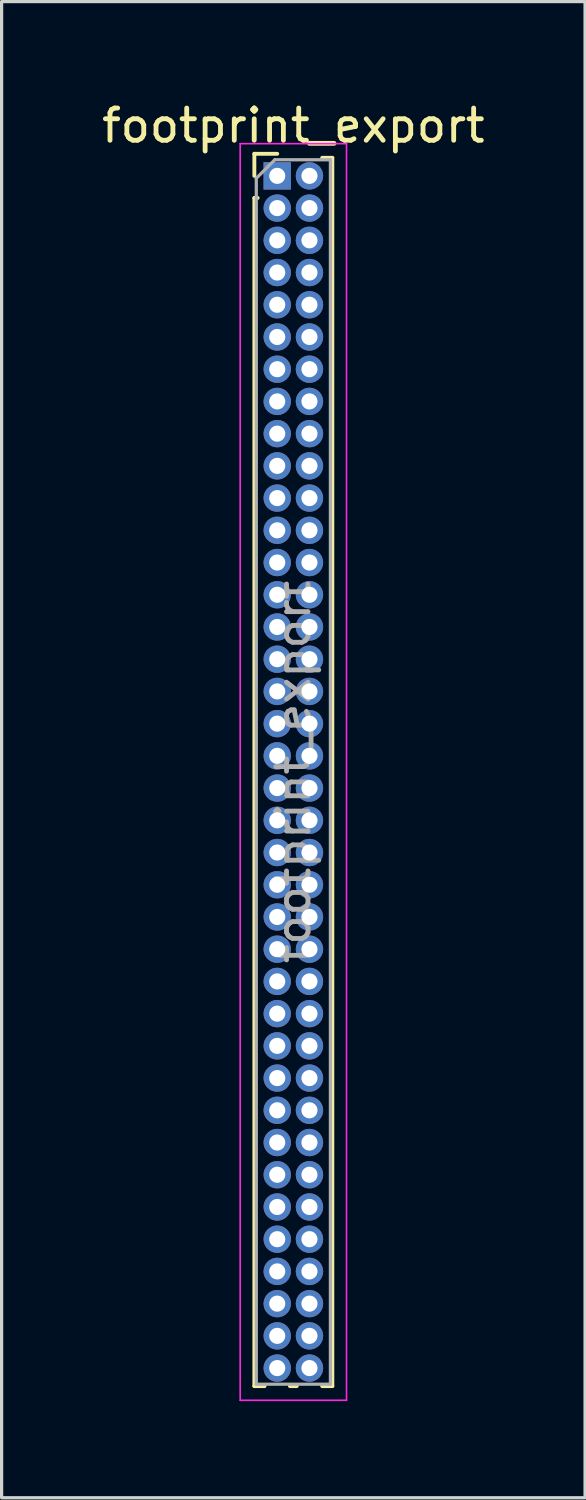
<source format=kicad_pcb>
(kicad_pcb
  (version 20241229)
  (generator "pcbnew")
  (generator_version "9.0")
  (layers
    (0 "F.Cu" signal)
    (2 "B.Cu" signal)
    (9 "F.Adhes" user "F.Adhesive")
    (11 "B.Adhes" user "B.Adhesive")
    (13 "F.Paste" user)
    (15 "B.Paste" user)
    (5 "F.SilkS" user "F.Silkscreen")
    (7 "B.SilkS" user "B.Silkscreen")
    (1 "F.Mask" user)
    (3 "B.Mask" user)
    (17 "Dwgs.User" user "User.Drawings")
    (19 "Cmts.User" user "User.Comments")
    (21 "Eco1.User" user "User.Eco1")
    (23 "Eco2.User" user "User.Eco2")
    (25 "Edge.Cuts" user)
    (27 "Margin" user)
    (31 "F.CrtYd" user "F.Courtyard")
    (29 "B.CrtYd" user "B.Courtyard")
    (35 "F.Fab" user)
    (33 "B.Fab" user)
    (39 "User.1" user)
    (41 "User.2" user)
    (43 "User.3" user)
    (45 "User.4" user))
  (footprint "footprint_export"
    (layer "F.Cu")
    (at 5.554 2.408)
    (property "Reference" "footprint_export" (at 0.5 -1.56 0) (layer "F.SilkS") (effects (font (size 1 1) (thickness 0.15))))
    (attr through_hole)
    (fp_line (start -0.71 -0.685) (end 0 -0.685) (stroke (width 0.12) (type solid)) (layer "F.SilkS"))
    (fp_line (start -0.71 0) (end -0.71 -0.685) (stroke (width 0.12) (type solid)) (layer "F.SilkS"))
    (fp_line (start -0.71 0.685) (end -0.71 37.56) (stroke (width 0.12) (type solid)) (layer "F.SilkS"))
    (fp_line (start -0.71 0.685) (end -0.608 0.685) (stroke (width 0.12) (type solid)) (layer "F.SilkS"))
    (fp_line (start -0.71 37.56) (end -0.394 37.56) (stroke (width 0.12) (type solid)) (layer "F.SilkS"))
    (fp_line (start 0.394 37.56) (end 0.606 37.56) (stroke (width 0.12) (type solid)) (layer "F.SilkS"))
    (fp_line (start 1.394 -0.56) (end 1.71 -0.56) (stroke (width 0.12) (type solid)) (layer "F.SilkS"))
    (fp_line (start 1.394 37.56) (end 1.71 37.56) (stroke (width 0.12) (type solid)) (layer "F.SilkS"))
    (fp_line (start 1.71 -0.56) (end 1.71 37.56) (stroke (width 0.12) (type solid)) (layer "F.SilkS"))
    (fp_line (start -1.15 -1) (end -1.15 38) (stroke (width 0.05) (type solid)) (layer "F.CrtYd"))
    (fp_line (start -1.15 38) (end 2.15 38) (stroke (width 0.05) (type solid)) (layer "F.CrtYd"))
    (fp_line (start 2.15 -1) (end -1.15 -1) (stroke (width 0.05) (type solid)) (layer "F.CrtYd"))
    (fp_line (start 2.15 38) (end 2.15 -1) (stroke (width 0.05) (type solid)) (layer "F.CrtYd"))
    (fp_line (start -0.65 0.075) (end -0.075 -0.5) (stroke (width 0.1) (type solid)) (layer "F.Fab"))
    (fp_line (start -0.65 37.5) (end -0.65 0.075) (stroke (width 0.1) (type solid)) (layer "F.Fab"))
    (fp_line (start -0.075 -0.5) (end 1.65 -0.5) (stroke (width 0.1) (type solid)) (layer "F.Fab"))
    (fp_line (start 1.65 -0.5) (end 1.65 37.5) (stroke (width 0.1) (type solid)) (layer "F.Fab"))
    (fp_line (start 1.65 37.5) (end -0.65 37.5) (stroke (width 0.1) (type solid)) (layer "F.Fab"))
    (fp_text user "${REFERENCE}" (at 0.5 18.5 90) (layer "F.Fab") (effects (font (size 1 1) (thickness 0.15))))
    (pad "1" thru_hole rect (at 0 0) (size 0.85 0.85) (drill 0.5) (layers "*.Cu" "*.Mask"))
    (pad "2" thru_hole oval (at 1 0) (size 0.85 0.85) (drill 0.5) (layers "*.Cu" "*.Mask"))
    (pad "3" thru_hole oval (at 0 1) (size 0.85 0.85) (drill 0.5) (layers "*.Cu" "*.Mask"))
    (pad "4" thru_hole oval (at 1 1) (size 0.85 0.85) (drill 0.5) (layers "*.Cu" "*.Mask"))
    (pad "5" thru_hole oval (at 0 2) (size 0.85 0.85) (drill 0.5) (layers "*.Cu" "*.Mask"))
    (pad "6" thru_hole oval (at 1 2) (size 0.85 0.85) (drill 0.5) (layers "*.Cu" "*.Mask"))
    (pad "7" thru_hole oval (at 0 3) (size 0.85 0.85) (drill 0.5) (layers "*.Cu" "*.Mask"))
    (pad "8" thru_hole oval (at 1 3) (size 0.85 0.85) (drill 0.5) (layers "*.Cu" "*.Mask"))
    (pad "9" thru_hole oval (at 0 4) (size 0.85 0.85) (drill 0.5) (layers "*.Cu" "*.Mask"))
    (pad "10" thru_hole oval (at 1 4) (size 0.85 0.85) (drill 0.5) (layers "*.Cu" "*.Mask"))
    (pad "11" thru_hole oval (at 0 5) (size 0.85 0.85) (drill 0.5) (layers "*.Cu" "*.Mask"))
    (pad "12" thru_hole oval (at 1 5) (size 0.85 0.85) (drill 0.5) (layers "*.Cu" "*.Mask"))
    (pad "13" thru_hole oval (at 0 6) (size 0.85 0.85) (drill 0.5) (layers "*.Cu" "*.Mask"))
    (pad "14" thru_hole oval (at 1 6) (size 0.85 0.85) (drill 0.5) (layers "*.Cu" "*.Mask"))
    (pad "15" thru_hole oval (at 0 7) (size 0.85 0.85) (drill 0.5) (layers "*.Cu" "*.Mask"))
    (pad "16" thru_hole oval (at 1 7) (size 0.85 0.85) (drill 0.5) (layers "*.Cu" "*.Mask"))
    (pad "17" thru_hole oval (at 0 8) (size 0.85 0.85) (drill 0.5) (layers "*.Cu" "*.Mask"))
    (pad "18" thru_hole oval (at 1 8) (size 0.85 0.85) (drill 0.5) (layers "*.Cu" "*.Mask"))
    (pad "19" thru_hole oval (at 0 9) (size 0.85 0.85) (drill 0.5) (layers "*.Cu" "*.Mask"))
    (pad "20" thru_hole oval (at 1 9) (size 0.85 0.85) (drill 0.5) (layers "*.Cu" "*.Mask"))
    (pad "21" thru_hole oval (at 0 10) (size 0.85 0.85) (drill 0.5) (layers "*.Cu" "*.Mask"))
    (pad "22" thru_hole oval (at 1 10) (size 0.85 0.85) (drill 0.5) (layers "*.Cu" "*.Mask"))
    (pad "23" thru_hole oval (at 0 11) (size 0.85 0.85) (drill 0.5) (layers "*.Cu" "*.Mask"))
    (pad "24" thru_hole oval (at 1 11) (size 0.85 0.85) (drill 0.5) (layers "*.Cu" "*.Mask"))
    (pad "25" thru_hole oval (at 0 12) (size 0.85 0.85) (drill 0.5) (layers "*.Cu" "*.Mask"))
    (pad "26" thru_hole oval (at 1 12) (size 0.85 0.85) (drill 0.5) (layers "*.Cu" "*.Mask"))
    (pad "27" thru_hole oval (at 0 13) (size 0.85 0.85) (drill 0.5) (layers "*.Cu" "*.Mask"))
    (pad "28" thru_hole oval (at 1 13) (size 0.85 0.85) (drill 0.5) (layers "*.Cu" "*.Mask"))
    (pad "29" thru_hole oval (at 0 14) (size 0.85 0.85) (drill 0.5) (layers "*.Cu" "*.Mask"))
    (pad "30" thru_hole oval (at 1 14) (size 0.85 0.85) (drill 0.5) (layers "*.Cu" "*.Mask"))
    (pad "31" thru_hole oval (at 0 15) (size 0.85 0.85) (drill 0.5) (layers "*.Cu" "*.Mask"))
    (pad "32" thru_hole oval (at 1 15) (size 0.85 0.85) (drill 0.5) (layers "*.Cu" "*.Mask"))
    (pad "33" thru_hole oval (at 0 16) (size 0.85 0.85) (drill 0.5) (layers "*.Cu" "*.Mask"))
    (pad "34" thru_hole oval (at 1 16) (size 0.85 0.85) (drill 0.5) (layers "*.Cu" "*.Mask"))
    (pad "35" thru_hole oval (at 0 17) (size 0.85 0.85) (drill 0.5) (layers "*.Cu" "*.Mask"))
    (pad "36" thru_hole oval (at 1 17) (size 0.85 0.85) (drill 0.5) (layers "*.Cu" "*.Mask"))
    (pad "37" thru_hole oval (at 0 18) (size 0.85 0.85) (drill 0.5) (layers "*.Cu" "*.Mask"))
    (pad "38" thru_hole oval (at 1 18) (size 0.85 0.85) (drill 0.5) (layers "*.Cu" "*.Mask"))
    (pad "39" thru_hole oval (at 0 19) (size 0.85 0.85) (drill 0.5) (layers "*.Cu" "*.Mask"))
    (pad "40" thru_hole oval (at 1 19) (size 0.85 0.85) (drill 0.5) (layers "*.Cu" "*.Mask"))
    (pad "41" thru_hole oval (at 0 20) (size 0.85 0.85) (drill 0.5) (layers "*.Cu" "*.Mask"))
    (pad "42" thru_hole oval (at 1 20) (size 0.85 0.85) (drill 0.5) (layers "*.Cu" "*.Mask"))
    (pad "43" thru_hole oval (at 0 21) (size 0.85 0.85) (drill 0.5) (layers "*.Cu" "*.Mask"))
    (pad "44" thru_hole oval (at 1 21) (size 0.85 0.85) (drill 0.5) (layers "*.Cu" "*.Mask"))
    (pad "45" thru_hole oval (at 0 22) (size 0.85 0.85) (drill 0.5) (layers "*.Cu" "*.Mask"))
    (pad "46" thru_hole oval (at 1 22) (size 0.85 0.85) (drill 0.5) (layers "*.Cu" "*.Mask"))
    (pad "47" thru_hole oval (at 0 23) (size 0.85 0.85) (drill 0.5) (layers "*.Cu" "*.Mask"))
    (pad "48" thru_hole oval (at 1 23) (size 0.85 0.85) (drill 0.5) (layers "*.Cu" "*.Mask"))
    (pad "49" thru_hole oval (at 0 24) (size 0.85 0.85) (drill 0.5) (layers "*.Cu" "*.Mask"))
    (pad "50" thru_hole oval (at 1 24) (size 0.85 0.85) (drill 0.5) (layers "*.Cu" "*.Mask"))
    (pad "51" thru_hole oval (at 0 25) (size 0.85 0.85) (drill 0.5) (layers "*.Cu" "*.Mask"))
    (pad "52" thru_hole oval (at 1 25) (size 0.85 0.85) (drill 0.5) (layers "*.Cu" "*.Mask"))
    (pad "53" thru_hole oval (at 0 26) (size 0.85 0.85) (drill 0.5) (layers "*.Cu" "*.Mask"))
    (pad "54" thru_hole oval (at 1 26) (size 0.85 0.85) (drill 0.5) (layers "*.Cu" "*.Mask"))
    (pad "55" thru_hole oval (at 0 27) (size 0.85 0.85) (drill 0.5) (layers "*.Cu" "*.Mask"))
    (pad "56" thru_hole oval (at 1 27) (size 0.85 0.85) (drill 0.5) (layers "*.Cu" "*.Mask"))
    (pad "57" thru_hole oval (at 0 28) (size 0.85 0.85) (drill 0.5) (layers "*.Cu" "*.Mask"))
    (pad "58" thru_hole oval (at 1 28) (size 0.85 0.85) (drill 0.5) (layers "*.Cu" "*.Mask"))
    (pad "59" thru_hole oval (at 0 29) (size 0.85 0.85) (drill 0.5) (layers "*.Cu" "*.Mask"))
    (pad "60" thru_hole oval (at 1 29) (size 0.85 0.85) (drill 0.5) (layers "*.Cu" "*.Mask"))
    (pad "61" thru_hole oval (at 0 30) (size 0.85 0.85) (drill 0.5) (layers "*.Cu" "*.Mask"))
    (pad "62" thru_hole oval (at 1 30) (size 0.85 0.85) (drill 0.5) (layers "*.Cu" "*.Mask"))
    (pad "63" thru_hole oval (at 0 31) (size 0.85 0.85) (drill 0.5) (layers "*.Cu" "*.Mask"))
    (pad "64" thru_hole oval (at 1 31) (size 0.85 0.85) (drill 0.5) (layers "*.Cu" "*.Mask"))
    (pad "65" thru_hole oval (at 0 32) (size 0.85 0.85) (drill 0.5) (layers "*.Cu" "*.Mask"))
    (pad "66" thru_hole oval (at 1 32) (size 0.85 0.85) (drill 0.5) (layers "*.Cu" "*.Mask"))
    (pad "67" thru_hole oval (at 0 33) (size 0.85 0.85) (drill 0.5) (layers "*.Cu" "*.Mask"))
    (pad "68" thru_hole oval (at 1 33) (size 0.85 0.85) (drill 0.5) (layers "*.Cu" "*.Mask"))
    (pad "69" thru_hole oval (at 0 34) (size 0.85 0.85) (drill 0.5) (layers "*.Cu" "*.Mask"))
    (pad "70" thru_hole oval (at 1 34) (size 0.85 0.85) (drill 0.5) (layers "*.Cu" "*.Mask"))
    (pad "71" thru_hole oval (at 0 35) (size 0.85 0.85) (drill 0.5) (layers "*.Cu" "*.Mask"))
    (pad "72" thru_hole oval (at 1 35) (size 0.85 0.85) (drill 0.5) (layers "*.Cu" "*.Mask"))
    (pad "73" thru_hole oval (at 0 36) (size 0.85 0.85) (drill 0.5) (layers "*.Cu" "*.Mask"))
    (pad "74" thru_hole oval (at 1 36) (size 0.85 0.85) (drill 0.5) (layers "*.Cu" "*.Mask"))
    (pad "75" thru_hole oval (at 0 37) (size 0.85 0.85) (drill 0.5) (layers "*.Cu" "*.Mask"))
    (pad "76" thru_hole oval (at 1 37) (size 0.85 0.85) (drill 0.5) (layers "*.Cu" "*.Mask")))
  (gr_rect
    (start -3 -3)
    (end 15.107 43.433)
    (stroke (width 0.1) (type default))
    (fill no)
    (layer "Edge.Cuts")))
</source>
